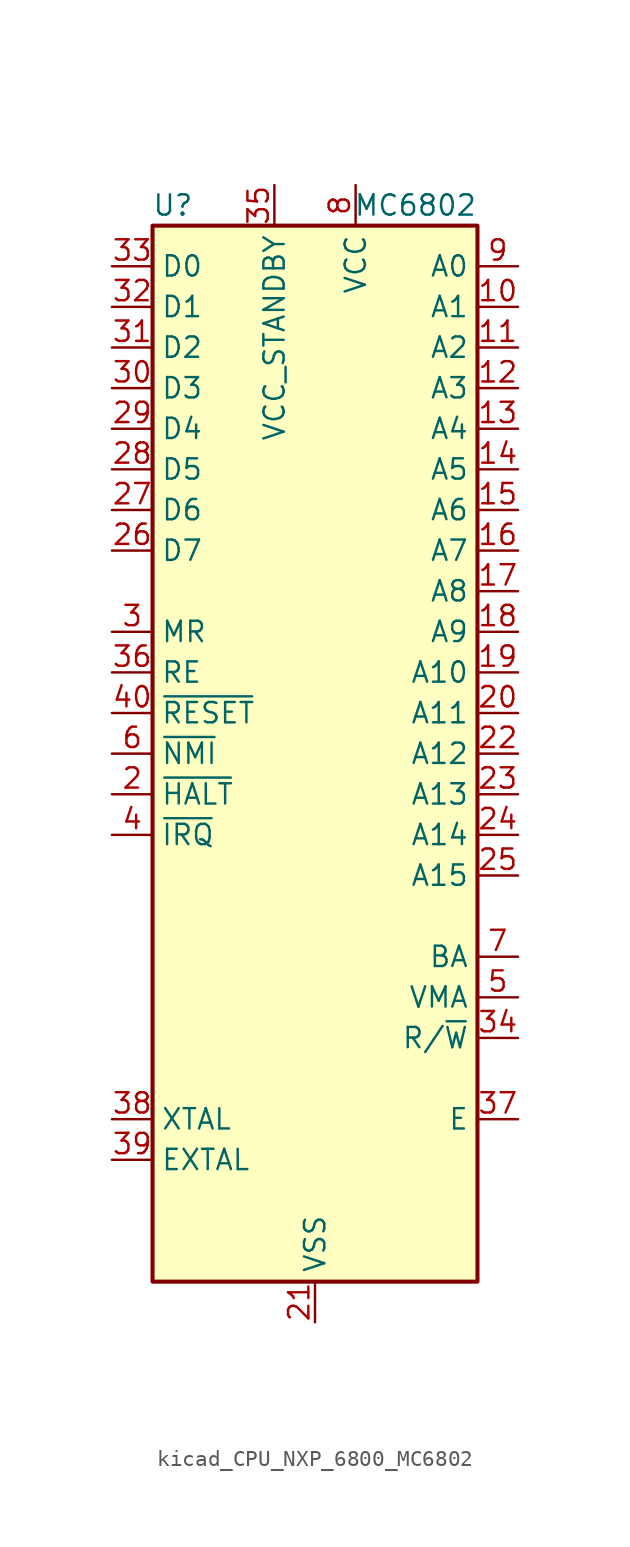
<source format=kicad_sym>
(kicad_symbol_lib
  (version 20220914)
  (generator kicad_symbol_editor)
  (symbol "kicad_CPU_NXP_6800_MC6802"
    (property "Reference" "U"
      (at -8.89 34.29 0)
      (effects (font (size 1.27 1.27))))
    (property "Value" "MC6802"
      (at 10.16 34.29 0)
      (effects (font (size 1.27 1.27)) (justify right)))
    (symbol "kicad_CPU_NXP_6800_MC6802_0_1"
      (rectangle (start -10.16 -33.02) (end 10.16 33.02) (stroke (width 0.254) (type default)) (fill (type background))))
    (symbol "kicad_CPU_NXP_6800_MC6802_1_1"
      (pin passive line (at 0 -35.56 90) (length 2.54) hide (name "VSS" (effects (font (size 1.27 1.27)))) (number "1" (effects (font (size 1.27 1.27)))))
      (pin output line (at 12.7 27.94 180) (length 2.54) (name "A1" (effects (font (size 1.27 1.27)))) (number "10" (effects (font (size 1.27 1.27)))))
      (pin output line (at 12.7 25.4 180) (length 2.54) (name "A2" (effects (font (size 1.27 1.27)))) (number "11" (effects (font (size 1.27 1.27)))))
      (pin output line (at 12.7 22.86 180) (length 2.54) (name "A3" (effects (font (size 1.27 1.27)))) (number "12" (effects (font (size 1.27 1.27)))))
      (pin output line (at 12.7 20.32 180) (length 2.54) (name "A4" (effects (font (size 1.27 1.27)))) (number "13" (effects (font (size 1.27 1.27)))))
      (pin output line (at 12.7 17.78 180) (length 2.54) (name "A5" (effects (font (size 1.27 1.27)))) (number "14" (effects (font (size 1.27 1.27)))))
      (pin output line (at 12.7 15.24 180) (length 2.54) (name "A6" (effects (font (size 1.27 1.27)))) (number "15" (effects (font (size 1.27 1.27)))))
      (pin output line (at 12.7 12.7 180) (length 2.54) (name "A7" (effects (font (size 1.27 1.27)))) (number "16" (effects (font (size 1.27 1.27)))))
      (pin output line (at 12.7 10.16 180) (length 2.54) (name "A8" (effects (font (size 1.27 1.27)))) (number "17" (effects (font (size 1.27 1.27)))))
      (pin output line (at 12.7 7.62 180) (length 2.54) (name "A9" (effects (font (size 1.27 1.27)))) (number "18" (effects (font (size 1.27 1.27)))))
      (pin output line (at 12.7 5.08 180) (length 2.54) (name "A10" (effects (font (size 1.27 1.27)))) (number "19" (effects (font (size 1.27 1.27)))))
      (pin input line (at -12.7 -2.54 0) (length 2.54) (name "~{HALT}" (effects (font (size 1.27 1.27)))) (number "2" (effects (font (size 1.27 1.27)))))
      (pin output line (at 12.7 2.54 180) (length 2.54) (name "A11" (effects (font (size 1.27 1.27)))) (number "20" (effects (font (size 1.27 1.27)))))
      (pin power_in line (at 0 -35.56 90) (length 2.54) (name "VSS" (effects (font (size 1.27 1.27)))) (number "21" (effects (font (size 1.27 1.27)))))
      (pin output line (at 12.7 0 180) (length 2.54) (name "A12" (effects (font (size 1.27 1.27)))) (number "22" (effects (font (size 1.27 1.27)))))
      (pin output line (at 12.7 -2.54 180) (length 2.54) (name "A13" (effects (font (size 1.27 1.27)))) (number "23" (effects (font (size 1.27 1.27)))))
      (pin output line (at 12.7 -5.08 180) (length 2.54) (name "A14" (effects (font (size 1.27 1.27)))) (number "24" (effects (font (size 1.27 1.27)))))
      (pin output line (at 12.7 -7.62 180) (length 2.54) (name "A15" (effects (font (size 1.27 1.27)))) (number "25" (effects (font (size 1.27 1.27)))))
      (pin bidirectional line (at -12.7 12.7 0) (length 2.54) (name "D7" (effects (font (size 1.27 1.27)))) (number "26" (effects (font (size 1.27 1.27)))))
      (pin bidirectional line (at -12.7 15.24 0) (length 2.54) (name "D6" (effects (font (size 1.27 1.27)))) (number "27" (effects (font (size 1.27 1.27)))))
      (pin bidirectional line (at -12.7 17.78 0) (length 2.54) (name "D5" (effects (font (size 1.27 1.27)))) (number "28" (effects (font (size 1.27 1.27)))))
      (pin bidirectional line (at -12.7 20.32 0) (length 2.54) (name "D4" (effects (font (size 1.27 1.27)))) (number "29" (effects (font (size 1.27 1.27)))))
      (pin input line (at -12.7 7.62 0) (length 2.54) (name "MR" (effects (font (size 1.27 1.27)))) (number "3" (effects (font (size 1.27 1.27)))))
      (pin bidirectional line (at -12.7 22.86 0) (length 2.54) (name "D3" (effects (font (size 1.27 1.27)))) (number "30" (effects (font (size 1.27 1.27)))))
      (pin bidirectional line (at -12.7 25.4 0) (length 2.54) (name "D2" (effects (font (size 1.27 1.27)))) (number "31" (effects (font (size 1.27 1.27)))))
      (pin bidirectional line (at -12.7 27.94 0) (length 2.54) (name "D1" (effects (font (size 1.27 1.27)))) (number "32" (effects (font (size 1.27 1.27)))))
      (pin bidirectional line (at -12.7 30.48 0) (length 2.54) (name "D0" (effects (font (size 1.27 1.27)))) (number "33" (effects (font (size 1.27 1.27)))))
      (pin output line (at 12.7 -17.78 180) (length 2.54) (name "R/~{W}" (effects (font (size 1.27 1.27)))) (number "34" (effects (font (size 1.27 1.27)))))
      (pin power_in line (at -2.54 35.56 270) (length 2.54) (name "VCC_STANDBY" (effects (font (size 1.27 1.27)))) (number "35" (effects (font (size 1.27 1.27)))))
      (pin input line (at -12.7 5.08 0) (length 2.54) (name "RE" (effects (font (size 1.27 1.27)))) (number "36" (effects (font (size 1.27 1.27)))))
      (pin output line (at 12.7 -22.86 180) (length 2.54) (name "E" (effects (font (size 1.27 1.27)))) (number "37" (effects (font (size 1.27 1.27)))))
      (pin passive line (at -12.7 -22.86 0) (length 2.54) (name "XTAL" (effects (font (size 1.27 1.27)))) (number "38" (effects (font (size 1.27 1.27)))))
      (pin passive line (at -12.7 -25.4 0) (length 2.54) (name "EXTAL" (effects (font (size 1.27 1.27)))) (number "39" (effects (font (size 1.27 1.27)))))
      (pin input line (at -12.7 -5.08 0) (length 2.54) (name "~{IRQ}" (effects (font (size 1.27 1.27)))) (number "4" (effects (font (size 1.27 1.27)))))
      (pin input line (at -12.7 2.54 0) (length 2.54) (name "~{RESET}" (effects (font (size 1.27 1.27)))) (number "40" (effects (font (size 1.27 1.27)))))
      (pin output line (at 12.7 -15.24 180) (length 2.54) (name "VMA" (effects (font (size 1.27 1.27)))) (number "5" (effects (font (size 1.27 1.27)))))
      (pin input line (at -12.7 0 0) (length 2.54) (name "~{NMI}" (effects (font (size 1.27 1.27)))) (number "6" (effects (font (size 1.27 1.27)))))
      (pin output line (at 12.7 -12.7 180) (length 2.54) (name "BA" (effects (font (size 1.27 1.27)))) (number "7" (effects (font (size 1.27 1.27)))))
      (pin power_in line (at 2.54 35.56 270) (length 2.54) (name "VCC" (effects (font (size 1.27 1.27)))) (number "8" (effects (font (size 1.27 1.27)))))
      (pin output line (at 12.7 30.48 180) (length 2.54) (name "A0" (effects (font (size 1.27 1.27)))) (number "9" (effects (font (size 1.27 1.27))))))))
</source>
